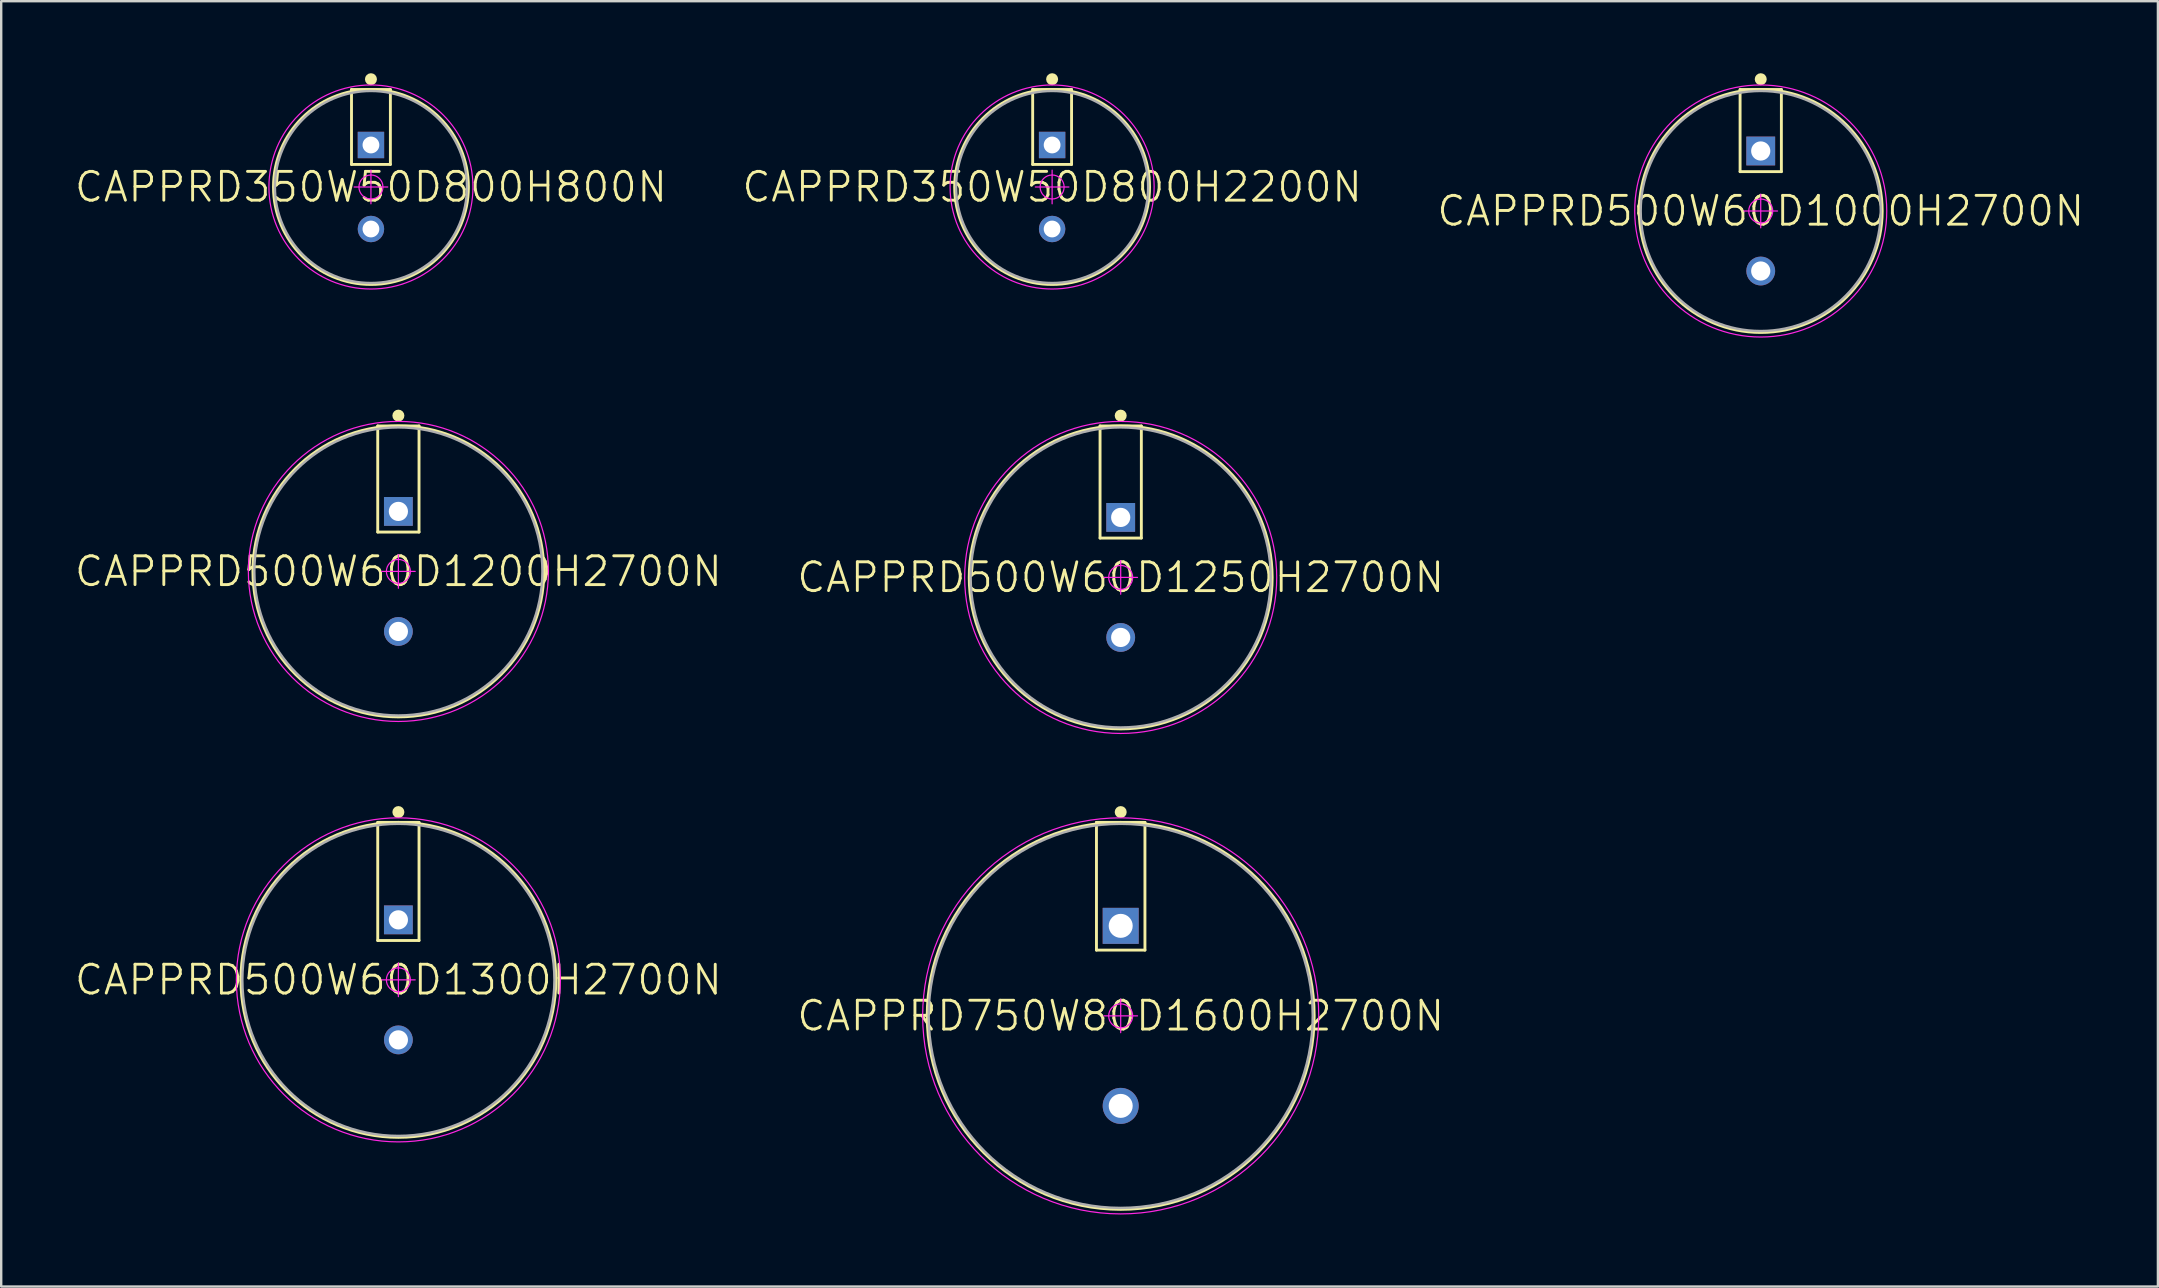
<source format=kicad_pcb>
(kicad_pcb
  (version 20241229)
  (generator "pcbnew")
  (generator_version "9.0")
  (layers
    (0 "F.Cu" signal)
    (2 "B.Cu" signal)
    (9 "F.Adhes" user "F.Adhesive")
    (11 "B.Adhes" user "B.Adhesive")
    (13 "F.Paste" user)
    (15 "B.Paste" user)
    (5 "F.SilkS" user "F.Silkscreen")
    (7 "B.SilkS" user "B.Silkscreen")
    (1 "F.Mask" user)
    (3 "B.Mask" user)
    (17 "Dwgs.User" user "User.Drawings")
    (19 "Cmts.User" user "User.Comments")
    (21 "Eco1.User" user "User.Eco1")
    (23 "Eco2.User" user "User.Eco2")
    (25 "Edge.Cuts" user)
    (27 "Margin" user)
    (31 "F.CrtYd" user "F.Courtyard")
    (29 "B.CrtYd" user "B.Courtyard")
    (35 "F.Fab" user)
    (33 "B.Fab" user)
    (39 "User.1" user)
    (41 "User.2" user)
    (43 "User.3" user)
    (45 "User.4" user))
  (footprint "CAPPRD500W60D1000H2700N"
    (layer "F.Cu")
    (at 70.3 5.74)
    (property "Reference" "CAPPRD500W60D1000H2700N" (at 0 0 0) (layer "F.SilkS") (effects (font (size 1.2 1.2) (thickness 0.12))))
    (attr through_hole)
    (fp_line (start -0.86 -5.06) (end 0.86 -5.06) (stroke (width 0.12) (type solid)) (layer "F.SilkS"))
    (fp_line (start -0.86 -1.64) (end -0.86 -5.06) (stroke (width 0.12) (type solid)) (layer "F.SilkS"))
    (fp_line (start 0.86 -5.06) (end 0.86 -1.64) (stroke (width 0.12) (type solid)) (layer "F.SilkS"))
    (fp_line (start 0.86 -1.64) (end -0.86 -1.64) (stroke (width 0.12) (type solid)) (layer "F.SilkS"))
    (fp_circle (center 0 -5.49) (end 0 -5.365) (stroke (width 0.25) (type solid)) (fill no) (layer "F.SilkS"))
    (fp_circle (center 0 0) (end 0 5.06) (stroke (width 0.12) (type solid)) (fill no) (layer "F.SilkS"))
    (fp_line (start -0.7 0) (end 0.7 0) (stroke (width 0.05) (type solid)) (layer "F.CrtYd"))
    (fp_line (start 0 -0.7) (end 0 0.7) (stroke (width 0.05) (type solid)) (layer "F.CrtYd"))
    (fp_circle (center 0 0) (end 0 0.5) (stroke (width 0.05) (type solid)) (fill no) (layer "F.CrtYd"))
    (fp_circle (center 0 0) (end 0 5.25) (stroke (width 0.05) (type solid)) (fill no) (layer "F.CrtYd"))
    (fp_circle (center 0 0) (end 0 5) (stroke (width 0.1) (type solid)) (fill no) (layer "F.Fab"))
    (pad "1" thru_hole rect (at 0 -2.5) (size 1.2 1.2) (drill 0.8) (layers "*.Cu" "*.Paste" "*.Mask"))
    (pad "2" thru_hole circle (at 0 2.5) (size 1.2 1.2) (drill 0.8) (layers "*.Cu" "*.Paste" "*.Mask")))
  (footprint "CAPPRD350W50D800H2200N"
    (layer "F.Cu")
    (at 40.78 4.74)
    (property "Reference" "CAPPRD350W50D800H2200N" (at 0 0 0) (layer "F.SilkS") (effects (font (size 1.2 1.2) (thickness 0.12))))
    (attr through_hole)
    (fp_line (start -0.81 -4.06) (end 0.81 -4.06) (stroke (width 0.12) (type solid)) (layer "F.SilkS"))
    (fp_line (start -0.81 -0.94) (end -0.81 -4.06) (stroke (width 0.12) (type solid)) (layer "F.SilkS"))
    (fp_line (start 0.81 -4.06) (end 0.81 -0.94) (stroke (width 0.12) (type solid)) (layer "F.SilkS"))
    (fp_line (start 0.81 -0.94) (end -0.81 -0.94) (stroke (width 0.12) (type solid)) (layer "F.SilkS"))
    (fp_circle (center 0 -4.49) (end 0 -4.365) (stroke (width 0.25) (type solid)) (fill no) (layer "F.SilkS"))
    (fp_circle (center 0 0) (end 0 4.06) (stroke (width 0.12) (type solid)) (fill no) (layer "F.SilkS"))
    (fp_line (start -0.7 0) (end 0.7 0) (stroke (width 0.05) (type solid)) (layer "F.CrtYd"))
    (fp_line (start 0 -0.7) (end 0 0.7) (stroke (width 0.05) (type solid)) (layer "F.CrtYd"))
    (fp_circle (center 0 0) (end 0 0.5) (stroke (width 0.05) (type solid)) (fill no) (layer "F.CrtYd"))
    (fp_circle (center 0 0) (end 0 4.25) (stroke (width 0.05) (type solid)) (fill no) (layer "F.CrtYd"))
    (fp_circle (center 0 0) (end 0 4) (stroke (width 0.1) (type solid)) (fill no) (layer "F.Fab"))
    (pad "1" thru_hole rect (at 0 -1.75) (size 1.1 1.1) (drill 0.7) (layers "*.Cu" "*.Paste" "*.Mask"))
    (pad "2" thru_hole circle (at 0 1.75) (size 1.1 1.1) (drill 0.7) (layers "*.Cu" "*.Paste" "*.Mask")))
  (footprint "CAPPRD750W80D1600H2700N"
    (layer "F.Cu")
    (at 43.637 39.27)
    (property "Reference" "CAPPRD750W80D1600H2700N" (at 0 0 0) (layer "F.SilkS") (effects (font (size 1.2 1.2) (thickness 0.12))))
    (attr through_hole)
    (fp_line (start -1.01 -8.06) (end 1.01 -8.06) (stroke (width 0.12) (type solid)) (layer "F.SilkS"))
    (fp_line (start -1.01 -2.74) (end -1.01 -8.06) (stroke (width 0.12) (type solid)) (layer "F.SilkS"))
    (fp_line (start 1.01 -8.06) (end 1.01 -2.74) (stroke (width 0.12) (type solid)) (layer "F.SilkS"))
    (fp_line (start 1.01 -2.74) (end -1.01 -2.74) (stroke (width 0.12) (type solid)) (layer "F.SilkS"))
    (fp_circle (center 0 -8.49) (end 0 -8.365) (stroke (width 0.25) (type solid)) (fill no) (layer "F.SilkS"))
    (fp_circle (center 0 0) (end 0 8.06) (stroke (width 0.12) (type solid)) (fill no) (layer "F.SilkS"))
    (fp_line (start -0.7 0) (end 0.7 0) (stroke (width 0.05) (type solid)) (layer "F.CrtYd"))
    (fp_line (start 0 -0.7) (end 0 0.7) (stroke (width 0.05) (type solid)) (layer "F.CrtYd"))
    (fp_circle (center 0 0) (end 0 0.5) (stroke (width 0.05) (type solid)) (fill no) (layer "F.CrtYd"))
    (fp_circle (center 0 0) (end 0 8.25) (stroke (width 0.05) (type solid)) (fill no) (layer "F.CrtYd"))
    (fp_circle (center 0 0) (end 0 8) (stroke (width 0.1) (type solid)) (fill no) (layer "F.Fab"))
    (pad "1" thru_hole rect (at 0 -3.75) (size 1.5 1.5) (drill 1) (layers "*.Cu" "*.Paste" "*.Mask"))
    (pad "2" thru_hole circle (at 0 3.75) (size 1.5 1.5) (drill 1) (layers "*.Cu" "*.Paste" "*.Mask")))
  (footprint "CAPPRD500W60D1250H2700N"
    (layer "F.Cu")
    (at 43.637 21.005)
    (property "Reference" "CAPPRD500W60D1250H2700N" (at 0 0 0) (layer "F.SilkS") (effects (font (size 1.2 1.2) (thickness 0.12))))
    (attr through_hole)
    (fp_line (start -0.86 -6.31) (end 0.86 -6.31) (stroke (width 0.12) (type solid)) (layer "F.SilkS"))
    (fp_line (start -0.86 -1.64) (end -0.86 -6.31) (stroke (width 0.12) (type solid)) (layer "F.SilkS"))
    (fp_line (start 0.86 -6.31) (end 0.86 -1.64) (stroke (width 0.12) (type solid)) (layer "F.SilkS"))
    (fp_line (start 0.86 -1.64) (end -0.86 -1.64) (stroke (width 0.12) (type solid)) (layer "F.SilkS"))
    (fp_circle (center 0 -6.74) (end 0 -6.615) (stroke (width 0.25) (type solid)) (fill no) (layer "F.SilkS"))
    (fp_circle (center 0 0) (end 0 6.31) (stroke (width 0.12) (type solid)) (fill no) (layer "F.SilkS"))
    (fp_line (start -0.7 0) (end 0.7 0) (stroke (width 0.05) (type solid)) (layer "F.CrtYd"))
    (fp_line (start 0 -0.7) (end 0 0.7) (stroke (width 0.05) (type solid)) (layer "F.CrtYd"))
    (fp_circle (center 0 0) (end 0 0.5) (stroke (width 0.05) (type solid)) (fill no) (layer "F.CrtYd"))
    (fp_circle (center 0 0) (end 0 6.5) (stroke (width 0.05) (type solid)) (fill no) (layer "F.CrtYd"))
    (fp_circle (center 0 0) (end 0 6.25) (stroke (width 0.1) (type solid)) (fill no) (layer "F.Fab"))
    (pad "1" thru_hole rect (at 0 -2.5) (size 1.2 1.2) (drill 0.8) (layers "*.Cu" "*.Paste" "*.Mask"))
    (pad "2" thru_hole circle (at 0 2.5) (size 1.2 1.2) (drill 0.8) (layers "*.Cu" "*.Paste" "*.Mask")))
  (footprint "CAPPRD350W50D800H800N"
    (layer "F.Cu")
    (at 12.403 4.74)
    (property "Reference" "CAPPRD350W50D800H800N" (at 0 0 0) (layer "F.SilkS") (effects (font (size 1.2 1.2) (thickness 0.12))))
    (attr through_hole)
    (fp_line (start -0.81 -4.06) (end 0.81 -4.06) (stroke (width 0.12) (type solid)) (layer "F.SilkS"))
    (fp_line (start -0.81 -0.94) (end -0.81 -4.06) (stroke (width 0.12) (type solid)) (layer "F.SilkS"))
    (fp_line (start 0.81 -4.06) (end 0.81 -0.94) (stroke (width 0.12) (type solid)) (layer "F.SilkS"))
    (fp_line (start 0.81 -0.94) (end -0.81 -0.94) (stroke (width 0.12) (type solid)) (layer "F.SilkS"))
    (fp_circle (center 0 -4.49) (end 0 -4.365) (stroke (width 0.25) (type solid)) (fill no) (layer "F.SilkS"))
    (fp_circle (center 0 0) (end 0 4.06) (stroke (width 0.12) (type solid)) (fill no) (layer "F.SilkS"))
    (fp_line (start -0.7 0) (end 0.7 0) (stroke (width 0.05) (type solid)) (layer "F.CrtYd"))
    (fp_line (start 0 -0.7) (end 0 0.7) (stroke (width 0.05) (type solid)) (layer "F.CrtYd"))
    (fp_circle (center 0 0) (end 0 0.5) (stroke (width 0.05) (type solid)) (fill no) (layer "F.CrtYd"))
    (fp_circle (center 0 0) (end 0 4.25) (stroke (width 0.05) (type solid)) (fill no) (layer "F.CrtYd"))
    (fp_circle (center 0 0) (end 0 4) (stroke (width 0.1) (type solid)) (fill no) (layer "F.Fab"))
    (pad "1" thru_hole rect (at 0 -1.75) (size 1.1 1.1) (drill 0.7) (layers "*.Cu" "*.Paste" "*.Mask"))
    (pad "2" thru_hole circle (at 0 1.75) (size 1.1 1.1) (drill 0.7) (layers "*.Cu" "*.Paste" "*.Mask")))
  (footprint "CAPPRD500W60D1300H2700N"
    (layer "F.Cu")
    (at 13.546 37.77)
    (property "Reference" "CAPPRD500W60D1300H2700N" (at 0 0 0) (layer "F.SilkS") (effects (font (size 1.2 1.2) (thickness 0.12))))
    (attr through_hole)
    (fp_line (start -0.86 -6.56) (end 0.86 -6.56) (stroke (width 0.12) (type solid)) (layer "F.SilkS"))
    (fp_line (start -0.86 -1.64) (end -0.86 -6.56) (stroke (width 0.12) (type solid)) (layer "F.SilkS"))
    (fp_line (start 0.86 -6.56) (end 0.86 -1.64) (stroke (width 0.12) (type solid)) (layer "F.SilkS"))
    (fp_line (start 0.86 -1.64) (end -0.86 -1.64) (stroke (width 0.12) (type solid)) (layer "F.SilkS"))
    (fp_circle (center 0 -6.99) (end 0 -6.865) (stroke (width 0.25) (type solid)) (fill no) (layer "F.SilkS"))
    (fp_circle (center 0 0) (end 0 6.56) (stroke (width 0.12) (type solid)) (fill no) (layer "F.SilkS"))
    (fp_line (start -0.7 0) (end 0.7 0) (stroke (width 0.05) (type solid)) (layer "F.CrtYd"))
    (fp_line (start 0 -0.7) (end 0 0.7) (stroke (width 0.05) (type solid)) (layer "F.CrtYd"))
    (fp_circle (center 0 0) (end 0 0.5) (stroke (width 0.05) (type solid)) (fill no) (layer "F.CrtYd"))
    (fp_circle (center 0 0) (end 0 6.75) (stroke (width 0.05) (type solid)) (fill no) (layer "F.CrtYd"))
    (fp_circle (center 0 0) (end 0 6.5) (stroke (width 0.1) (type solid)) (fill no) (layer "F.Fab"))
    (pad "1" thru_hole rect (at 0 -2.5) (size 1.2 1.2) (drill 0.8) (layers "*.Cu" "*.Paste" "*.Mask"))
    (pad "2" thru_hole circle (at 0 2.5) (size 1.2 1.2) (drill 0.8) (layers "*.Cu" "*.Paste" "*.Mask")))
  (footprint "CAPPRD500W60D1200H2700N"
    (layer "F.Cu")
    (at 13.546 20.755)
    (property "Reference" "CAPPRD500W60D1200H2700N" (at 0 0 0) (layer "F.SilkS") (effects (font (size 1.2 1.2) (thickness 0.12))))
    (attr through_hole)
    (fp_line (start -0.86 -6.06) (end 0.86 -6.06) (stroke (width 0.12) (type solid)) (layer "F.SilkS"))
    (fp_line (start -0.86 -1.64) (end -0.86 -6.06) (stroke (width 0.12) (type solid)) (layer "F.SilkS"))
    (fp_line (start 0.86 -6.06) (end 0.86 -1.64) (stroke (width 0.12) (type solid)) (layer "F.SilkS"))
    (fp_line (start 0.86 -1.64) (end -0.86 -1.64) (stroke (width 0.12) (type solid)) (layer "F.SilkS"))
    (fp_circle (center 0 -6.49) (end 0 -6.365) (stroke (width 0.25) (type solid)) (fill no) (layer "F.SilkS"))
    (fp_circle (center 0 0) (end 0 6.06) (stroke (width 0.12) (type solid)) (fill no) (layer "F.SilkS"))
    (fp_line (start -0.7 0) (end 0.7 0) (stroke (width 0.05) (type solid)) (layer "F.CrtYd"))
    (fp_line (start 0 -0.7) (end 0 0.7) (stroke (width 0.05) (type solid)) (layer "F.CrtYd"))
    (fp_circle (center 0 0) (end 0 0.5) (stroke (width 0.05) (type solid)) (fill no) (layer "F.CrtYd"))
    (fp_circle (center 0 0) (end 0 6.25) (stroke (width 0.05) (type solid)) (fill no) (layer "F.CrtYd"))
    (fp_circle (center 0 0) (end 0 6) (stroke (width 0.1) (type solid)) (fill no) (layer "F.Fab"))
    (pad "1" thru_hole rect (at 0 -2.5) (size 1.2 1.2) (drill 0.8) (layers "*.Cu" "*.Paste" "*.Mask"))
    (pad "2" thru_hole circle (at 0 2.5) (size 1.2 1.2) (drill 0.8) (layers "*.Cu" "*.Paste" "*.Mask")))
  (gr_rect
    (start -3 -3)
    (end 86.846 50.545)
    (stroke (width 0.1) (type default))
    (fill no)
    (layer "Edge.Cuts")))
</source>
